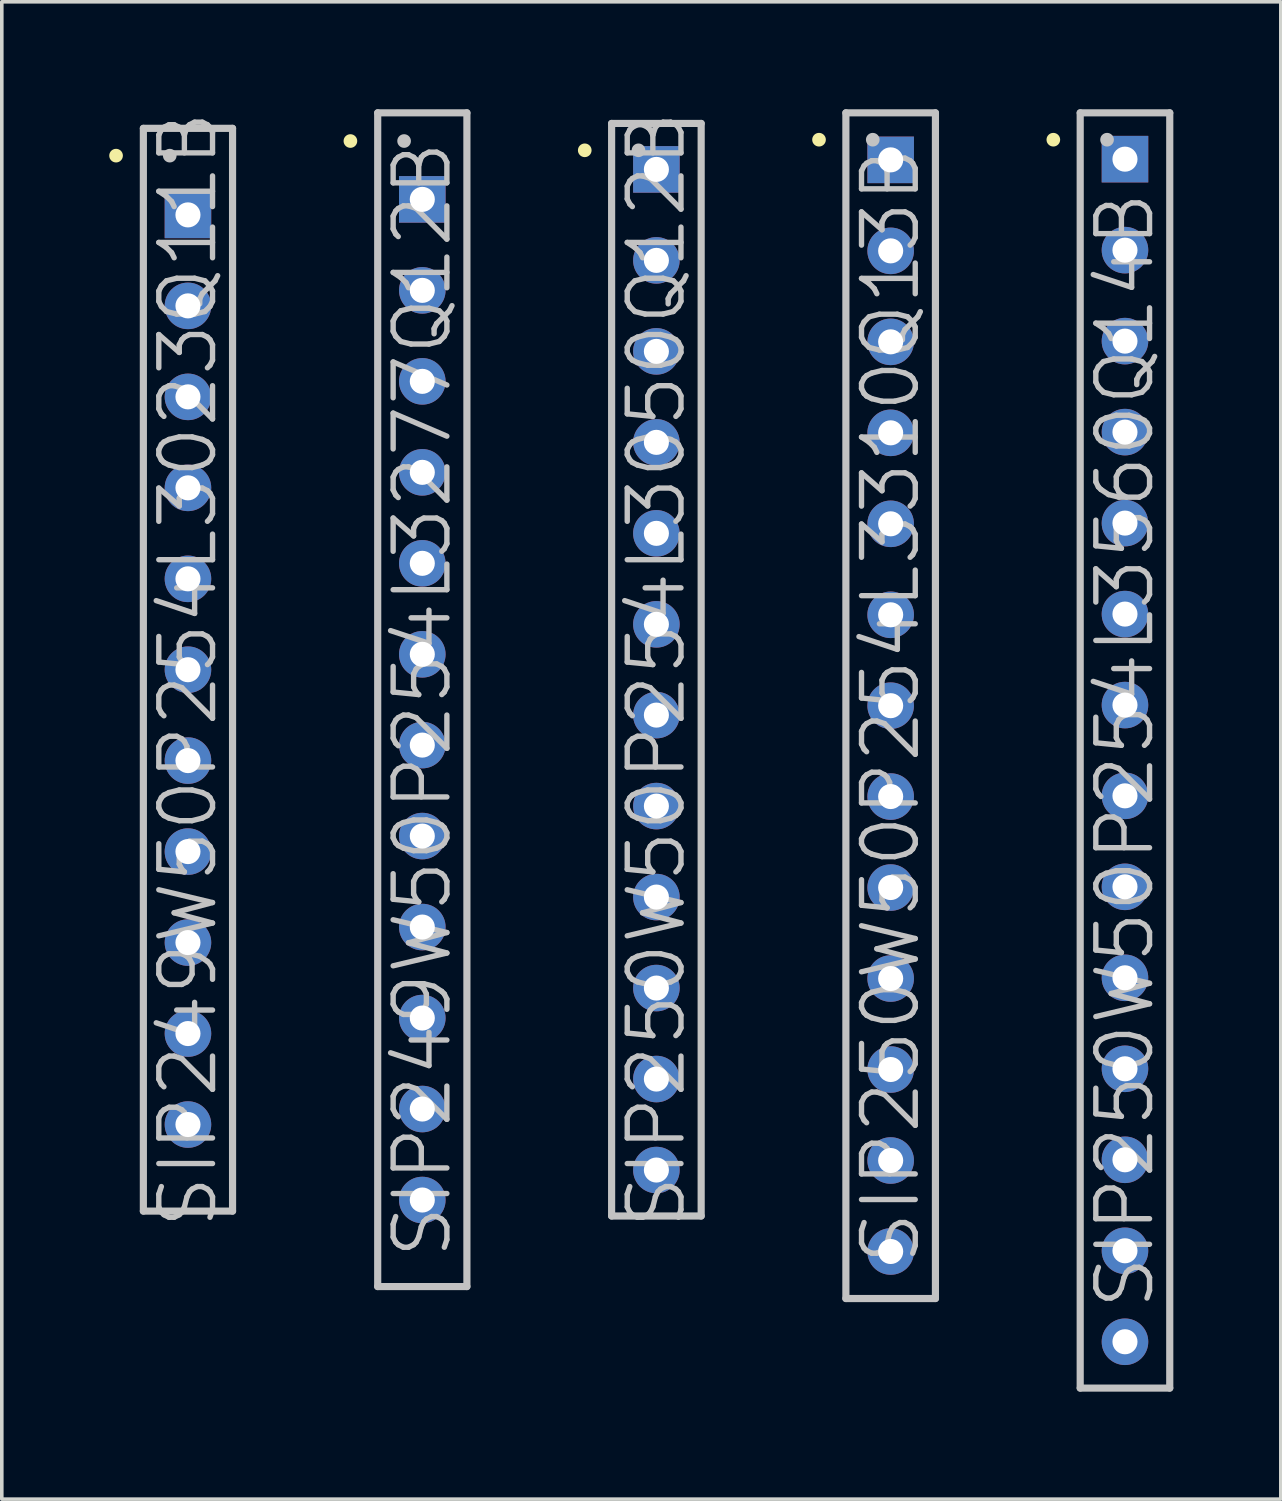
<source format=kicad_pcb>
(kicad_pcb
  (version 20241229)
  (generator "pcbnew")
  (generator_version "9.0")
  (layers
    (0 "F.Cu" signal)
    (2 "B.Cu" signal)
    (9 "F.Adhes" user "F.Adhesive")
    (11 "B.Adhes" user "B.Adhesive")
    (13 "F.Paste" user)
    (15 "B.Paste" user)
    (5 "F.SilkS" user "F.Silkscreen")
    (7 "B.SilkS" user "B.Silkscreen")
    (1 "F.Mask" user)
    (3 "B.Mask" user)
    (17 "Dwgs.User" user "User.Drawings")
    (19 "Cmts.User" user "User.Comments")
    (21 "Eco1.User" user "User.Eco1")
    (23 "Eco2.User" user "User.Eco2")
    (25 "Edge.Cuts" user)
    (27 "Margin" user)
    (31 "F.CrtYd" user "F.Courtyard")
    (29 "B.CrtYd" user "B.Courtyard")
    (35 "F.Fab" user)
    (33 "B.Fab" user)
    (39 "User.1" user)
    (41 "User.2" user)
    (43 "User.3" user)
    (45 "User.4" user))
  (footprint "SIP249W50P254L3023Q11B"
    (layer "F.Cu")
    (at 2.197 15.646)
    (property "Reference" "SIP249W50P254L3023Q11B" (at 0 0 90) (layer "Dwgs.User") (effects (font (size 1.5 1.5) (thickness 0.15))))
    (attr through_hole)
    (fp_line (start -2.007 -14.351) (end -2.007 -14.351) (stroke (width 0.381) (type solid)) (layer "F.SilkS"))
    (fp_line (start -1.245 -15.113) (end -1.245 15.113) (stroke (width 0.2) (type solid)) (layer "Dwgs.User"))
    (fp_line (start -1.245 -15.113) (end 1.245 -15.113) (stroke (width 0.2) (type solid)) (layer "Dwgs.User"))
    (fp_line (start -1.245 15.113) (end 1.245 15.113) (stroke (width 0.2) (type solid)) (layer "Dwgs.User"))
    (fp_line (start -0.508 -14.351) (end -0.508 -14.351) (stroke (width 0.381) (type solid)) (layer "Dwgs.User"))
    (fp_line (start 1.245 -15.113) (end 1.245 15.113) (stroke (width 0.2) (type solid)) (layer "Dwgs.User"))
    (pad "1" thru_hole rect (at 0 -12.697) (size 1.3 1.3) (drill 0.7) (layers "*.Cu" "*.Mask"))
    (pad "2" thru_hole circle (at 0 -10.157 270) (size 1.3 1.3) (drill 0.7) (layers "*.Cu" "*.Mask"))
    (pad "3" thru_hole circle (at 0 -7.617 270) (size 1.3 1.3) (drill 0.7) (layers "*.Cu" "*.Mask"))
    (pad "4" thru_hole circle (at 0 -5.077 270) (size 1.3 1.3) (drill 0.7) (layers "*.Cu" "*.Mask"))
    (pad "5" thru_hole circle (at 0 -2.537 270) (size 1.3 1.3) (drill 0.7) (layers "*.Cu" "*.Mask"))
    (pad "6" thru_hole circle (at 0 0 270) (size 1.3 1.3) (drill 0.7) (layers "*.Cu" "*.Mask"))
    (pad "7" thru_hole circle (at 0 2.537 270) (size 1.3 1.3) (drill 0.7) (layers "*.Cu" "*.Mask"))
    (pad "8" thru_hole circle (at 0 5.077 270) (size 1.3 1.3) (drill 0.7) (layers "*.Cu" "*.Mask"))
    (pad "9" thru_hole circle (at 0 7.617 270) (size 1.3 1.3) (drill 0.7) (layers "*.Cu" "*.Mask"))
    (pad "10" thru_hole circle (at 0 10.157 270) (size 1.3 1.3) (drill 0.7) (layers "*.Cu" "*.Mask"))
    (pad "11" thru_hole circle (at 0 12.697 270) (size 1.3 1.3) (drill 0.7) (layers "*.Cu" "*.Mask")))
  (footprint "SIP250W50P254L3050Q12B"
    (layer "F.Cu")
    (at 15.274 15.646)
    (property "Reference" "SIP250W50P254L3050Q12B" (at 0 0 90) (layer "Dwgs.User") (effects (font (size 1.5 1.5) (thickness 0.15))))
    (attr through_hole)
    (fp_line (start -2 -14.5) (end -2 -14.5) (stroke (width 0.381) (type solid)) (layer "F.SilkS"))
    (fp_line (start -1.25 -15.25) (end -1.25 15.25) (stroke (width 0.2) (type solid)) (layer "Dwgs.User"))
    (fp_line (start -1.25 -15.25) (end 1.25 -15.25) (stroke (width 0.2) (type solid)) (layer "Dwgs.User"))
    (fp_line (start -1.25 15.25) (end 1.25 15.25) (stroke (width 0.2) (type solid)) (layer "Dwgs.User"))
    (fp_line (start -0.5 -14.5) (end -0.5 -14.5) (stroke (width 0.381) (type solid)) (layer "Dwgs.User"))
    (fp_line (start 1.25 -15.25) (end 1.25 15.25) (stroke (width 0.2) (type solid)) (layer "Dwgs.User"))
    (pad "1" thru_hole rect (at 0 -13.967) (size 1.3 1.3) (drill 0.7) (layers "*.Cu" "*.Mask"))
    (pad "2" thru_hole circle (at 0 -11.427 270) (size 1.3 1.3) (drill 0.7) (layers "*.Cu" "*.Mask"))
    (pad "3" thru_hole circle (at 0 -8.887 270) (size 1.3 1.3) (drill 0.7) (layers "*.Cu" "*.Mask"))
    (pad "4" thru_hole circle (at 0 -6.347 270) (size 1.3 1.3) (drill 0.7) (layers "*.Cu" "*.Mask"))
    (pad "5" thru_hole circle (at 0 -3.807 270) (size 1.3 1.3) (drill 0.7) (layers "*.Cu" "*.Mask"))
    (pad "6" thru_hole circle (at 0 -1.267 270) (size 1.3 1.3) (drill 0.7) (layers "*.Cu" "*.Mask"))
    (pad "7" thru_hole circle (at 0 1.267 270) (size 1.3 1.3) (drill 0.7) (layers "*.Cu" "*.Mask"))
    (pad "8" thru_hole circle (at 0 3.807 270) (size 1.3 1.3) (drill 0.7) (layers "*.Cu" "*.Mask"))
    (pad "9" thru_hole circle (at 0 6.347 270) (size 1.3 1.3) (drill 0.7) (layers "*.Cu" "*.Mask"))
    (pad "10" thru_hole circle (at 0 8.887 270) (size 1.3 1.3) (drill 0.7) (layers "*.Cu" "*.Mask"))
    (pad "11" thru_hole circle (at 0 11.427 270) (size 1.3 1.3) (drill 0.7) (layers "*.Cu" "*.Mask"))
    (pad "12" thru_hole circle (at 0 13.967 270) (size 1.3 1.3) (drill 0.7) (layers "*.Cu" "*.Mask")))
  (footprint "SIP249W50P254L3277Q12B"
    (layer "F.Cu")
    (at 8.739 16.483)
    (property "Reference" "SIP249W50P254L3277Q12B" (at 0 0 90) (layer "Dwgs.User") (effects (font (size 1.5 1.5) (thickness 0.15))))
    (attr through_hole)
    (fp_line (start -2.007 -15.596) (end -2.007 -15.596) (stroke (width 0.381) (type solid)) (layer "F.SilkS"))
    (fp_line (start -1.245 -16.383) (end -1.245 16.383) (stroke (width 0.2) (type solid)) (layer "Dwgs.User"))
    (fp_line (start -1.245 -16.383) (end 1.245 -16.383) (stroke (width 0.2) (type solid)) (layer "Dwgs.User"))
    (fp_line (start -1.245 16.383) (end 1.245 16.383) (stroke (width 0.2) (type solid)) (layer "Dwgs.User"))
    (fp_line (start -0.508 -15.596) (end -0.508 -15.596) (stroke (width 0.381) (type solid)) (layer "Dwgs.User"))
    (fp_line (start 1.245 -16.383) (end 1.245 16.383) (stroke (width 0.2) (type solid)) (layer "Dwgs.User"))
    (pad "1" thru_hole rect (at 0 -13.967) (size 1.3 1.3) (drill 0.7) (layers "*.Cu" "*.Mask"))
    (pad "2" thru_hole circle (at 0 -11.427 270) (size 1.3 1.3) (drill 0.7) (layers "*.Cu" "*.Mask"))
    (pad "3" thru_hole circle (at 0 -8.887 270) (size 1.3 1.3) (drill 0.7) (layers "*.Cu" "*.Mask"))
    (pad "4" thru_hole circle (at 0 -6.347 270) (size 1.3 1.3) (drill 0.7) (layers "*.Cu" "*.Mask"))
    (pad "5" thru_hole circle (at 0 -3.807 270) (size 1.3 1.3) (drill 0.7) (layers "*.Cu" "*.Mask"))
    (pad "6" thru_hole circle (at 0 -1.267 270) (size 1.3 1.3) (drill 0.7) (layers "*.Cu" "*.Mask"))
    (pad "7" thru_hole circle (at 0 1.267 270) (size 1.3 1.3) (drill 0.7) (layers "*.Cu" "*.Mask"))
    (pad "8" thru_hole circle (at 0 3.807 270) (size 1.3 1.3) (drill 0.7) (layers "*.Cu" "*.Mask"))
    (pad "9" thru_hole circle (at 0 6.347 270) (size 1.3 1.3) (drill 0.7) (layers "*.Cu" "*.Mask"))
    (pad "10" thru_hole circle (at 0 8.887 270) (size 1.3 1.3) (drill 0.7) (layers "*.Cu" "*.Mask"))
    (pad "11" thru_hole circle (at 0 11.427 270) (size 1.3 1.3) (drill 0.7) (layers "*.Cu" "*.Mask"))
    (pad "12" thru_hole circle (at 0 13.967 270) (size 1.3 1.3) (drill 0.7) (layers "*.Cu" "*.Mask")))
  (footprint "SIP250W50P254L3310Q13B"
    (layer "F.Cu")
    (at 21.814 16.65)
    (property "Reference" "SIP250W50P254L3310Q13B" (at 0 0 90) (layer "Dwgs.User") (effects (font (size 1.5 1.5) (thickness 0.15))))
    (attr through_hole)
    (fp_line (start -2 -15.8) (end -2 -15.8) (stroke (width 0.381) (type solid)) (layer "F.SilkS"))
    (fp_line (start -1.25 -16.55) (end -1.25 16.55) (stroke (width 0.2) (type solid)) (layer "Dwgs.User"))
    (fp_line (start -1.25 -16.55) (end 1.25 -16.55) (stroke (width 0.2) (type solid)) (layer "Dwgs.User"))
    (fp_line (start -1.25 16.55) (end 1.25 16.55) (stroke (width 0.2) (type solid)) (layer "Dwgs.User"))
    (fp_line (start -0.5 -15.8) (end -0.5 -15.8) (stroke (width 0.381) (type solid)) (layer "Dwgs.User"))
    (fp_line (start 1.25 -16.55) (end 1.25 16.55) (stroke (width 0.2) (type solid)) (layer "Dwgs.User"))
    (pad "1" thru_hole rect (at 0 -15.237) (size 1.3 1.3) (drill 0.7) (layers "*.Cu" "*.Mask"))
    (pad "2" thru_hole circle (at 0 -12.697 270) (size 1.3 1.3) (drill 0.7) (layers "*.Cu" "*.Mask"))
    (pad "3" thru_hole circle (at 0 -10.157 270) (size 1.3 1.3) (drill 0.7) (layers "*.Cu" "*.Mask"))
    (pad "4" thru_hole circle (at 0 -7.617 270) (size 1.3 1.3) (drill 0.7) (layers "*.Cu" "*.Mask"))
    (pad "5" thru_hole circle (at 0 -5.077 270) (size 1.3 1.3) (drill 0.7) (layers "*.Cu" "*.Mask"))
    (pad "6" thru_hole circle (at 0 -2.537 270) (size 1.3 1.3) (drill 0.7) (layers "*.Cu" "*.Mask"))
    (pad "7" thru_hole circle (at 0 0 270) (size 1.3 1.3) (drill 0.7) (layers "*.Cu" "*.Mask"))
    (pad "8" thru_hole circle (at 0 2.537 270) (size 1.3 1.3) (drill 0.7) (layers "*.Cu" "*.Mask"))
    (pad "9" thru_hole circle (at 0 5.077 270) (size 1.3 1.3) (drill 0.7) (layers "*.Cu" "*.Mask"))
    (pad "10" thru_hole circle (at 0 7.617 270) (size 1.3 1.3) (drill 0.7) (layers "*.Cu" "*.Mask"))
    (pad "11" thru_hole circle (at 0 10.157 270) (size 1.3 1.3) (drill 0.7) (layers "*.Cu" "*.Mask"))
    (pad "12" thru_hole circle (at 0 12.697 270) (size 1.3 1.3) (drill 0.7) (layers "*.Cu" "*.Mask"))
    (pad "13" thru_hole circle (at 0 15.237 270) (size 1.3 1.3) (drill 0.7) (layers "*.Cu" "*.Mask")))
  (footprint "SIP250W50P254L3560Q14B"
    (layer "F.Cu")
    (at 28.355 17.9)
    (property "Reference" "SIP250W50P254L3560Q14B" (at 0 0 90) (layer "Dwgs.User") (effects (font (size 1.5 1.5) (thickness 0.15))))
    (attr through_hole)
    (fp_line (start -2 -17.05) (end -2 -17.05) (stroke (width 0.381) (type solid)) (layer "F.SilkS"))
    (fp_line (start -1.25 -17.8) (end -1.25 17.8) (stroke (width 0.2) (type solid)) (layer "Dwgs.User"))
    (fp_line (start -1.25 -17.8) (end 1.25 -17.8) (stroke (width 0.2) (type solid)) (layer "Dwgs.User"))
    (fp_line (start -1.25 17.8) (end 1.25 17.8) (stroke (width 0.2) (type solid)) (layer "Dwgs.User"))
    (fp_line (start -0.5 -17.05) (end -0.5 -17.05) (stroke (width 0.381) (type solid)) (layer "Dwgs.User"))
    (fp_line (start 1.25 -17.8) (end 1.25 17.8) (stroke (width 0.2) (type solid)) (layer "Dwgs.User"))
    (pad "1" thru_hole rect (at 0 -16.507) (size 1.3 1.3) (drill 0.7) (layers "*.Cu" "*.Mask"))
    (pad "2" thru_hole circle (at 0 -13.967 270) (size 1.3 1.3) (drill 0.7) (layers "*.Cu" "*.Mask"))
    (pad "3" thru_hole circle (at 0 -11.427 270) (size 1.3 1.3) (drill 0.7) (layers "*.Cu" "*.Mask"))
    (pad "4" thru_hole circle (at 0 -8.887 270) (size 1.3 1.3) (drill 0.7) (layers "*.Cu" "*.Mask"))
    (pad "5" thru_hole circle (at 0 -6.347 270) (size 1.3 1.3) (drill 0.7) (layers "*.Cu" "*.Mask"))
    (pad "6" thru_hole circle (at 0 -3.807 270) (size 1.3 1.3) (drill 0.7) (layers "*.Cu" "*.Mask"))
    (pad "7" thru_hole circle (at 0 -1.267 270) (size 1.3 1.3) (drill 0.7) (layers "*.Cu" "*.Mask"))
    (pad "8" thru_hole circle (at 0 1.267 270) (size 1.3 1.3) (drill 0.7) (layers "*.Cu" "*.Mask"))
    (pad "9" thru_hole circle (at 0 3.807 270) (size 1.3 1.3) (drill 0.7) (layers "*.Cu" "*.Mask"))
    (pad "10" thru_hole circle (at 0 6.347 270) (size 1.3 1.3) (drill 0.7) (layers "*.Cu" "*.Mask"))
    (pad "11" thru_hole circle (at 0 8.887 270) (size 1.3 1.3) (drill 0.7) (layers "*.Cu" "*.Mask"))
    (pad "12" thru_hole circle (at 0 11.427 270) (size 1.3 1.3) (drill 0.7) (layers "*.Cu" "*.Mask"))
    (pad "13" thru_hole circle (at 0 13.967 270) (size 1.3 1.3) (drill 0.7) (layers "*.Cu" "*.Mask"))
    (pad "14" thru_hole circle (at 0 16.507 270) (size 1.3 1.3) (drill 0.7) (layers "*.Cu" "*.Mask")))
  (gr_rect
    (start -3 -3)
    (end 32.705 38.8)
    (stroke (width 0.1) (type default))
    (fill no)
    (layer "Edge.Cuts")))
</source>
